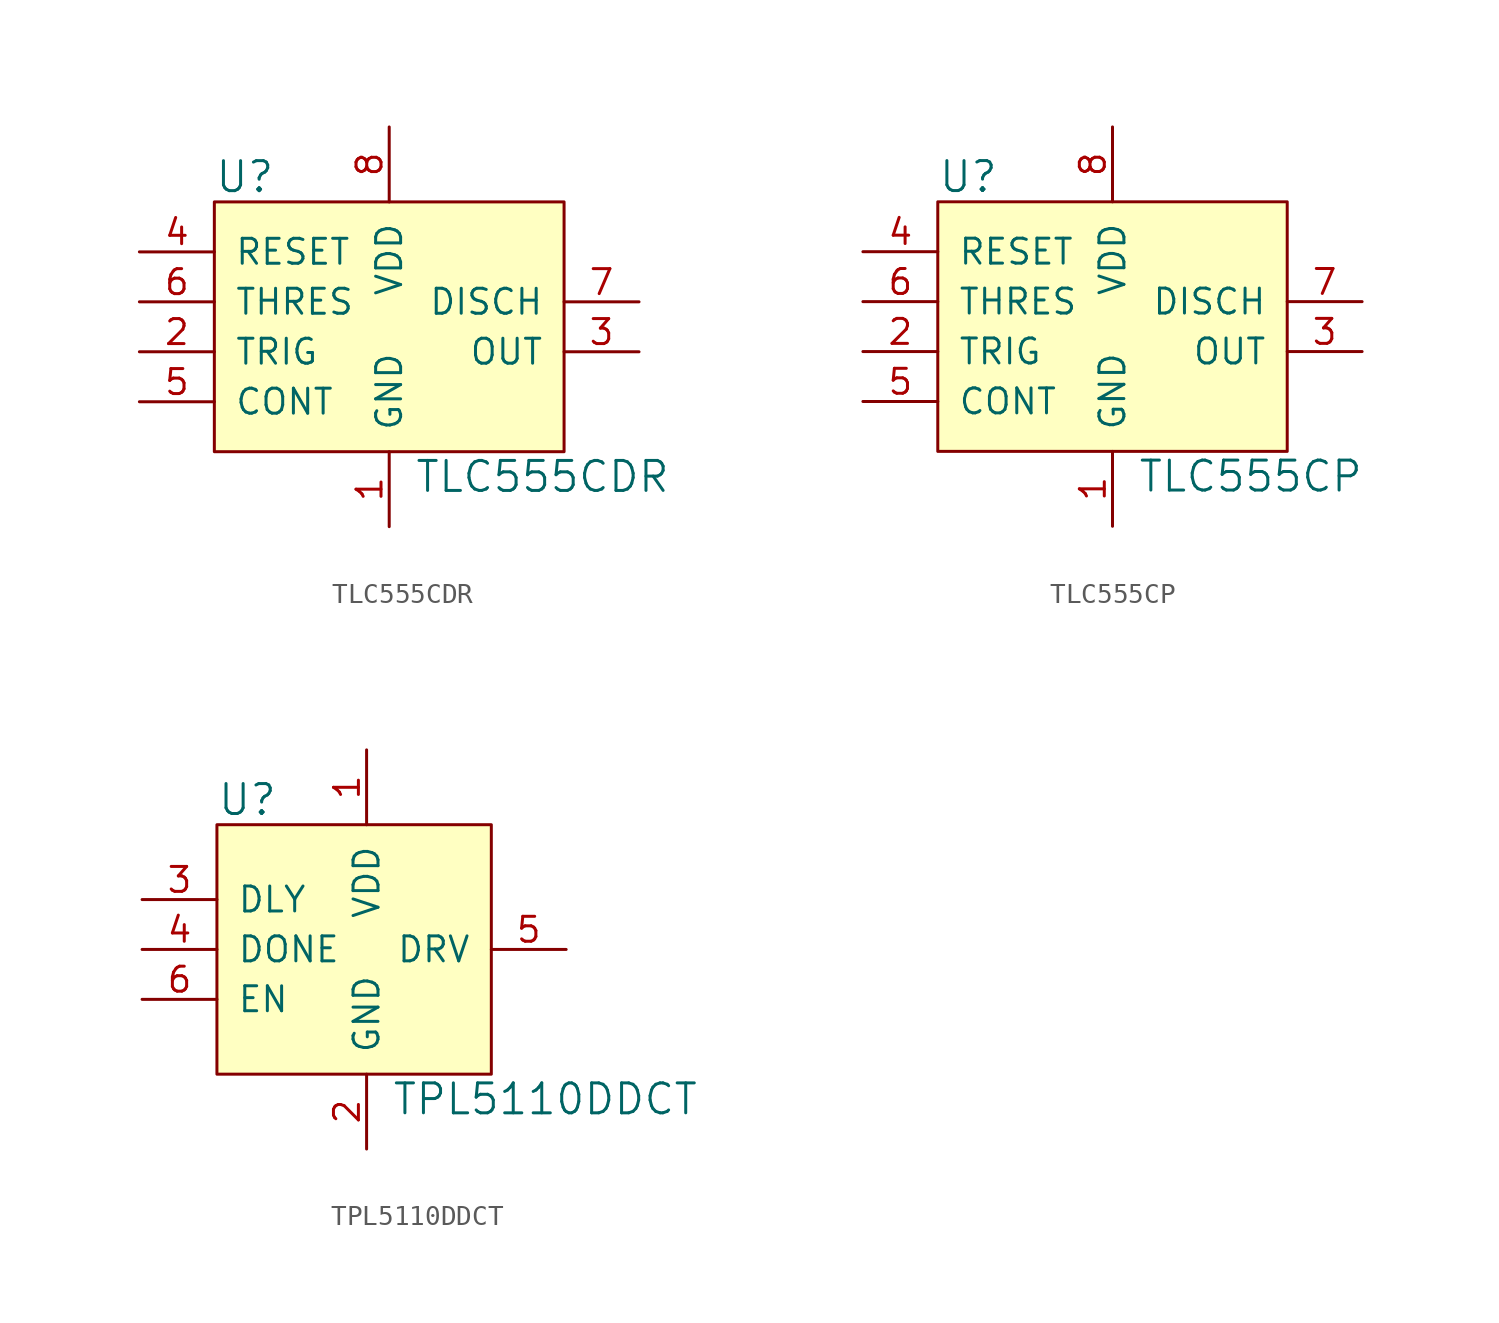
<source format=kicad_sym>
(kicad_symbol_lib
  (version 20201005)
  (generator kicad_symbol_editor)
  (symbol "TLC555CDR"
    (pin_names
      (offset 1.016))
    (property "Reference" "U"
      (at -8.89 6.35 0)
      (effects (font (size 1.524 1.524)) (justify left)))
    (property "Value" "TLC555CDR"
      (at 1.27 -8.89 0)
      (effects (font (size 1.524 1.524)) (justify left)))
    (symbol "TLC555CDR_0_1"
      (rectangle (start -8.89 5.08) (end 8.89 -7.62) (stroke (width 0)) (fill (type background))))
    (symbol "TLC555CDR_1_1"
      (pin power_in line (at 0 -11.43 90) (length 3.81) (name "GND" (effects (font (size 1.27 1.27)))) (number "1" (effects (font (size 1.27 1.27)))))
      (pin input line (at -12.7 -2.54 0) (length 3.81) (name "TRIG" (effects (font (size 1.27 1.27)))) (number "2" (effects (font (size 1.27 1.27)))))
      (pin output line (at 12.7 -2.54 180) (length 3.81) (name "OUT" (effects (font (size 1.27 1.27)))) (number "3" (effects (font (size 1.27 1.27)))))
      (pin input line (at -12.7 2.54 0) (length 3.81) (name "RESET" (effects (font (size 1.27 1.27)))) (number "4" (effects (font (size 1.27 1.27)))))
      (pin bidirectional line (at -12.7 -5.08 0) (length 3.81) (name "CONT" (effects (font (size 1.27 1.27)))) (number "5" (effects (font (size 1.27 1.27)))))
      (pin input line (at -12.7 0 0) (length 3.81) (name "THRES" (effects (font (size 1.27 1.27)))) (number "6" (effects (font (size 1.27 1.27)))))
      (pin output line (at 12.7 0 180) (length 3.81) (name "DISCH" (effects (font (size 1.27 1.27)))) (number "7" (effects (font (size 1.27 1.27)))))
      (pin power_in line (at 0 8.89 270) (length 3.81) (name "VDD" (effects (font (size 1.27 1.27)))) (number "8" (effects (font (size 1.27 1.27)))))))
  (symbol "TLC555CP"
    (pin_names
      (offset 1.016))
    (property "Reference" "U"
      (at -8.89 1.27 0)
      (effects (font (size 1.524 1.524)) (justify left)))
    (property "Value" "TLC555CP"
      (at 1.27 -13.97 0)
      (effects (font (size 1.524 1.524)) (justify left)))
    (symbol "TLC555CP_0_1"
      (rectangle (start -8.89 0) (end 8.89 -12.7) (stroke (width 0)) (fill (type background))))
    (symbol "TLC555CP_1_1"
      (pin power_in line (at 0 -16.51 90) (length 3.81) (name "GND" (effects (font (size 1.27 1.27)))) (number "1" (effects (font (size 1.27 1.27)))))
      (pin input line (at -12.7 -7.62 0) (length 3.81) (name "TRIG" (effects (font (size 1.27 1.27)))) (number "2" (effects (font (size 1.27 1.27)))))
      (pin output line (at 12.7 -7.62 180) (length 3.81) (name "OUT" (effects (font (size 1.27 1.27)))) (number "3" (effects (font (size 1.27 1.27)))))
      (pin input line (at -12.7 -2.54 0) (length 3.81) (name "RESET" (effects (font (size 1.27 1.27)))) (number "4" (effects (font (size 1.27 1.27)))))
      (pin input line (at -12.7 -10.16 0) (length 3.81) (name "CONT" (effects (font (size 1.27 1.27)))) (number "5" (effects (font (size 1.27 1.27)))))
      (pin input line (at -12.7 -5.08 0) (length 3.81) (name "THRES" (effects (font (size 1.27 1.27)))) (number "6" (effects (font (size 1.27 1.27)))))
      (pin output line (at 12.7 -5.08 180) (length 3.81) (name "DISCH" (effects (font (size 1.27 1.27)))) (number "7" (effects (font (size 1.27 1.27)))))
      (pin power_in line (at 0 3.81 270) (length 3.81) (name "VDD" (effects (font (size 1.27 1.27)))) (number "8" (effects (font (size 1.27 1.27)))))))
  (symbol "TPL5110DDCT"
    (pin_names
      (offset 1.016))
    (property "Reference" "U"
      (at -7.62 7.62 0)
      (effects (font (size 1.524 1.524)) (justify left)))
    (property "Value" "TPL5110DDCT"
      (at 1.27 -7.62 0)
      (effects (font (size 1.524 1.524)) (justify left)))
    (symbol "TPL5110DDCT_0_1"
      (rectangle (start -7.62 6.35) (end 6.35 -6.35) (stroke (width 0)) (fill (type background))))
    (symbol "TPL5110DDCT_1_1"
      (pin power_in line (at 0 10.16 270) (length 3.81) (name "VDD" (effects (font (size 1.27 1.27)))) (number "1" (effects (font (size 1.27 1.27)))))
      (pin power_in line (at 0 -10.16 90) (length 3.81) (name "GND" (effects (font (size 1.27 1.27)))) (number "2" (effects (font (size 1.27 1.27)))))
      (pin input line (at -11.43 2.54 0) (length 3.81) (name "DLY" (effects (font (size 1.27 1.27)))) (number "3" (effects (font (size 1.27 1.27)))))
      (pin input line (at -11.43 0 0) (length 3.81) (name "DONE" (effects (font (size 1.27 1.27)))) (number "4" (effects (font (size 1.27 1.27)))))
      (pin output line (at 10.16 0 180) (length 3.81) (name "DRV" (effects (font (size 1.27 1.27)))) (number "5" (effects (font (size 1.27 1.27)))))
      (pin input line (at -11.43 -2.54 0) (length 3.81) (name "EN" (effects (font (size 1.27 1.27)))) (number "6" (effects (font (size 1.27 1.27))))))))
</source>
